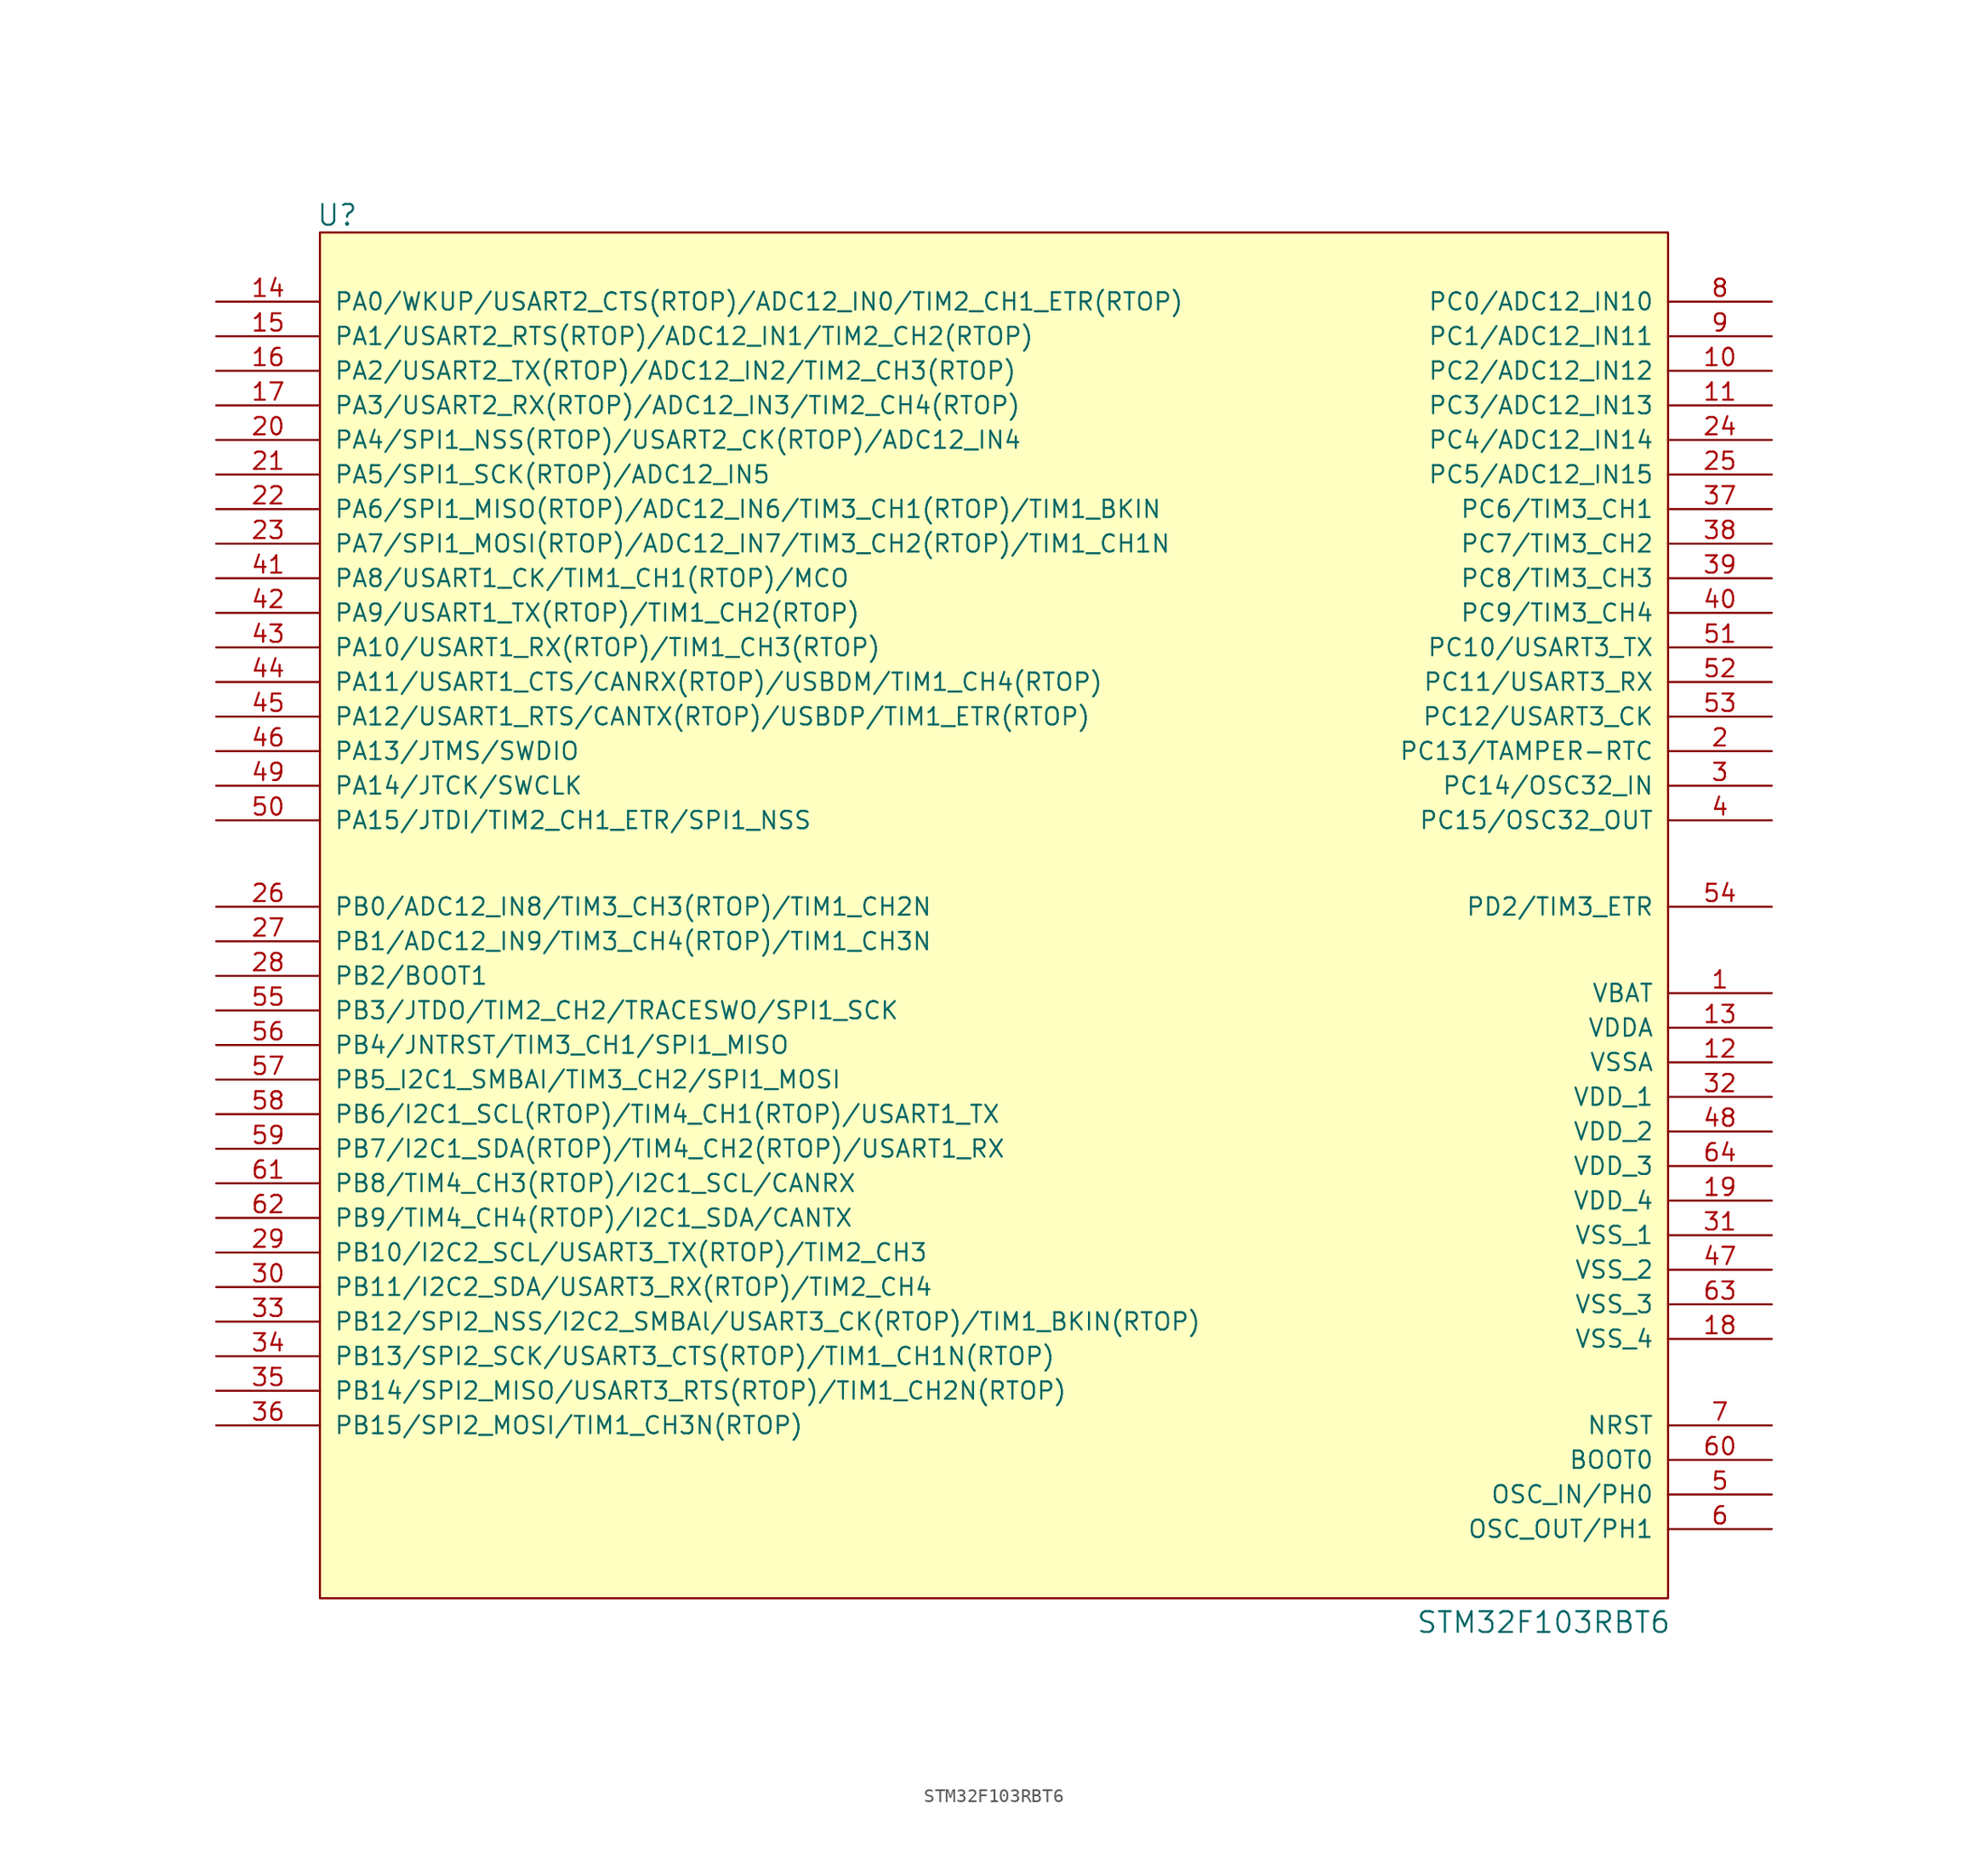
<source format=kicad_sym>
(kicad_symbol_lib
  (version 20211014)
  (generator kicad_symbol_editor)
  (symbol "STM32F103RBT6"
    (pin_names
      (offset 1.016))
    (property "Reference" "U"
      (at -50.8 55.88 0)
      (effects (font (size 1.524 1.524))))
    (property "Value" "STM32F103RBT6"
      (at 37.846 -47.498 0)
      (effects (font (size 1.524 1.524))))
    (property "Footprint" ""
      (at -46.99 35.56 0)
      (effects (font (size 1.524 1.524))))
    (property "Datasheet" ""
      (at -46.99 35.56 0)
      (effects (font (size 1.524 1.524))))
    (symbol "STM32F103RBT6_0_1"
      (rectangle (start -52.07 -45.72) (end 46.99 54.61) (stroke (width 0) (type default) (color 0 0 0 0)) (fill (type background))))
    (symbol "STM32F103RBT6_1_1"
      (pin input line (at 54.61 -1.27 180) (length 7.62) (name "VBAT" (effects (font (size 1.27 1.27)))) (number "1" (effects (font (size 1.27 1.27)))))
      (pin input line (at 54.61 44.45 180) (length 7.62) (name "PC2/ADC12_IN12" (effects (font (size 1.27 1.27)))) (number "10" (effects (font (size 1.27 1.27)))))
      (pin input line (at 54.61 41.91 180) (length 7.62) (name "PC3/ADC12_IN13" (effects (font (size 1.27 1.27)))) (number "11" (effects (font (size 1.27 1.27)))))
      (pin input line (at 54.61 -6.35 180) (length 7.62) (name "VSSA" (effects (font (size 1.27 1.27)))) (number "12" (effects (font (size 1.27 1.27)))))
      (pin input line (at 54.61 -3.81 180) (length 7.62) (name "VDDA" (effects (font (size 1.27 1.27)))) (number "13" (effects (font (size 1.27 1.27)))))
      (pin input line (at -59.69 49.53 0) (length 7.62) (name "PA0/WKUP/USART2_CTS(RTOP)/ADC12_IN0/TIM2_CH1_ETR(RTOP)" (effects (font (size 1.27 1.27)))) (number "14" (effects (font (size 1.27 1.27)))))
      (pin input line (at -59.69 46.99 0) (length 7.62) (name "PA1/USART2_RTS(RTOP)/ADC12_IN1/TIM2_CH2(RTOP)" (effects (font (size 1.27 1.27)))) (number "15" (effects (font (size 1.27 1.27)))))
      (pin input line (at -59.69 44.45 0) (length 7.62) (name "PA2/USART2_TX(RTOP)/ADC12_IN2/TIM2_CH3(RTOP)" (effects (font (size 1.27 1.27)))) (number "16" (effects (font (size 1.27 1.27)))))
      (pin input line (at -59.69 41.91 0) (length 7.62) (name "PA3/USART2_RX(RTOP)/ADC12_IN3/TIM2_CH4(RTOP)" (effects (font (size 1.27 1.27)))) (number "17" (effects (font (size 1.27 1.27)))))
      (pin input line (at 54.61 -26.67 180) (length 7.62) (name "VSS_4" (effects (font (size 1.27 1.27)))) (number "18" (effects (font (size 1.27 1.27)))))
      (pin input line (at 54.61 -16.51 180) (length 7.62) (name "VDD_4" (effects (font (size 1.27 1.27)))) (number "19" (effects (font (size 1.27 1.27)))))
      (pin input line (at 54.61 16.51 180) (length 7.62) (name "PC13/TAMPER-RTC" (effects (font (size 1.27 1.27)))) (number "2" (effects (font (size 1.27 1.27)))))
      (pin input line (at -59.69 39.37 0) (length 7.62) (name "PA4/SPI1_NSS(RTOP)/USART2_CK(RTOP)/ADC12_IN4" (effects (font (size 1.27 1.27)))) (number "20" (effects (font (size 1.27 1.27)))))
      (pin input line (at -59.69 36.83 0) (length 7.62) (name "PA5/SPI1_SCK(RTOP)/ADC12_IN5" (effects (font (size 1.27 1.27)))) (number "21" (effects (font (size 1.27 1.27)))))
      (pin input line (at -59.69 34.29 0) (length 7.62) (name "PA6/SPI1_MISO(RTOP)/ADC12_IN6/TIM3_CH1(RTOP)/TIM1_BKIN" (effects (font (size 1.27 1.27)))) (number "22" (effects (font (size 1.27 1.27)))))
      (pin input line (at -59.69 31.75 0) (length 7.62) (name "PA7/SPI1_MOSI(RTOP)/ADC12_IN7/TIM3_CH2(RTOP)/TIM1_CH1N" (effects (font (size 1.27 1.27)))) (number "23" (effects (font (size 1.27 1.27)))))
      (pin input line (at 54.61 39.37 180) (length 7.62) (name "PC4/ADC12_IN14" (effects (font (size 1.27 1.27)))) (number "24" (effects (font (size 1.27 1.27)))))
      (pin input line (at 54.61 36.83 180) (length 7.62) (name "PC5/ADC12_IN15" (effects (font (size 1.27 1.27)))) (number "25" (effects (font (size 1.27 1.27)))))
      (pin input line (at -59.69 5.08 0) (length 7.62) (name "PB0/ADC12_IN8/TIM3_CH3(RTOP)/TIM1_CH2N" (effects (font (size 1.27 1.27)))) (number "26" (effects (font (size 1.27 1.27)))))
      (pin input line (at -59.69 2.54 0) (length 7.62) (name "PB1/ADC12_IN9/TIM3_CH4(RTOP)/TIM1_CH3N" (effects (font (size 1.27 1.27)))) (number "27" (effects (font (size 1.27 1.27)))))
      (pin input line (at -59.69 0 0) (length 7.62) (name "PB2/BOOT1" (effects (font (size 1.27 1.27)))) (number "28" (effects (font (size 1.27 1.27)))))
      (pin input line (at -59.69 -20.32 0) (length 7.62) (name "PB10/I2C2_SCL/USART3_TX(RTOP)/TIM2_CH3" (effects (font (size 1.27 1.27)))) (number "29" (effects (font (size 1.27 1.27)))))
      (pin input line (at 54.61 13.97 180) (length 7.62) (name "PC14/OSC32_IN" (effects (font (size 1.27 1.27)))) (number "3" (effects (font (size 1.27 1.27)))))
      (pin input line (at -59.69 -22.86 0) (length 7.62) (name "PB11/I2C2_SDA/USART3_RX(RTOP)/TIM2_CH4" (effects (font (size 1.27 1.27)))) (number "30" (effects (font (size 1.27 1.27)))))
      (pin input line (at 54.61 -19.05 180) (length 7.62) (name "VSS_1" (effects (font (size 1.27 1.27)))) (number "31" (effects (font (size 1.27 1.27)))))
      (pin input line (at 54.61 -8.89 180) (length 7.62) (name "VDD_1" (effects (font (size 1.27 1.27)))) (number "32" (effects (font (size 1.27 1.27)))))
      (pin input line (at -59.69 -25.4 0) (length 7.62) (name "PB12/SPI2_NSS/I2C2_SMBAl/USART3_CK(RTOP)/TIM1_BKIN(RTOP)" (effects (font (size 1.27 1.27)))) (number "33" (effects (font (size 1.27 1.27)))))
      (pin input line (at -59.69 -27.94 0) (length 7.62) (name "PB13/SPI2_SCK/USART3_CTS(RTOP)/TIM1_CH1N(RTOP)" (effects (font (size 1.27 1.27)))) (number "34" (effects (font (size 1.27 1.27)))))
      (pin input line (at -59.69 -30.48 0) (length 7.62) (name "PB14/SPI2_MISO/USART3_RTS(RTOP)/TIM1_CH2N(RTOP)" (effects (font (size 1.27 1.27)))) (number "35" (effects (font (size 1.27 1.27)))))
      (pin input line (at -59.69 -33.02 0) (length 7.62) (name "PB15/SPI2_MOSI/TIM1_CH3N(RTOP)" (effects (font (size 1.27 1.27)))) (number "36" (effects (font (size 1.27 1.27)))))
      (pin input line (at 54.61 34.29 180) (length 7.62) (name "PC6/TIM3_CH1" (effects (font (size 1.27 1.27)))) (number "37" (effects (font (size 1.27 1.27)))))
      (pin input line (at 54.61 31.75 180) (length 7.62) (name "PC7/TIM3_CH2" (effects (font (size 1.27 1.27)))) (number "38" (effects (font (size 1.27 1.27)))))
      (pin input line (at 54.61 29.21 180) (length 7.62) (name "PC8/TIM3_CH3" (effects (font (size 1.27 1.27)))) (number "39" (effects (font (size 1.27 1.27)))))
      (pin input line (at 54.61 11.43 180) (length 7.62) (name "PC15/OSC32_OUT" (effects (font (size 1.27 1.27)))) (number "4" (effects (font (size 1.27 1.27)))))
      (pin input line (at 54.61 26.67 180) (length 7.62) (name "PC9/TIM3_CH4" (effects (font (size 1.27 1.27)))) (number "40" (effects (font (size 1.27 1.27)))))
      (pin input line (at -59.69 29.21 0) (length 7.62) (name "PA8/USART1_CK/TIM1_CH1(RTOP)/MCO" (effects (font (size 1.27 1.27)))) (number "41" (effects (font (size 1.27 1.27)))))
      (pin input line (at -59.69 26.67 0) (length 7.62) (name "PA9/USART1_TX(RTOP)/TIM1_CH2(RTOP)" (effects (font (size 1.27 1.27)))) (number "42" (effects (font (size 1.27 1.27)))))
      (pin input line (at -59.69 24.13 0) (length 7.62) (name "PA10/USART1_RX(RTOP)/TIM1_CH3(RTOP)" (effects (font (size 1.27 1.27)))) (number "43" (effects (font (size 1.27 1.27)))))
      (pin input line (at -59.69 21.59 0) (length 7.62) (name "PA11/USART1_CTS/CANRX(RTOP)/USBDM/TIM1_CH4(RTOP)" (effects (font (size 1.27 1.27)))) (number "44" (effects (font (size 1.27 1.27)))))
      (pin input line (at -59.69 19.05 0) (length 7.62) (name "PA12/USART1_RTS/CANTX(RTOP)/USBDP/TIM1_ETR(RTOP)" (effects (font (size 1.27 1.27)))) (number "45" (effects (font (size 1.27 1.27)))))
      (pin input line (at -59.69 16.51 0) (length 7.62) (name "PA13/JTMS/SWDIO" (effects (font (size 1.27 1.27)))) (number "46" (effects (font (size 1.27 1.27)))))
      (pin input line (at 54.61 -21.59 180) (length 7.62) (name "VSS_2" (effects (font (size 1.27 1.27)))) (number "47" (effects (font (size 1.27 1.27)))))
      (pin input line (at 54.61 -11.43 180) (length 7.62) (name "VDD_2" (effects (font (size 1.27 1.27)))) (number "48" (effects (font (size 1.27 1.27)))))
      (pin input line (at -59.69 13.97 0) (length 7.62) (name "PA14/JTCK/SWCLK" (effects (font (size 1.27 1.27)))) (number "49" (effects (font (size 1.27 1.27)))))
      (pin input line (at 54.61 -38.1 180) (length 7.62) (name "OSC_IN/PH0" (effects (font (size 1.27 1.27)))) (number "5" (effects (font (size 1.27 1.27)))))
      (pin input line (at -59.69 11.43 0) (length 7.62) (name "PA15/JTDI/TIM2_CH1_ETR/SPI1_NSS" (effects (font (size 1.27 1.27)))) (number "50" (effects (font (size 1.27 1.27)))))
      (pin input line (at 54.61 24.13 180) (length 7.62) (name "PC10/USART3_TX" (effects (font (size 1.27 1.27)))) (number "51" (effects (font (size 1.27 1.27)))))
      (pin input line (at 54.61 21.59 180) (length 7.62) (name "PC11/USART3_RX" (effects (font (size 1.27 1.27)))) (number "52" (effects (font (size 1.27 1.27)))))
      (pin input line (at 54.61 19.05 180) (length 7.62) (name "PC12/USART3_CK" (effects (font (size 1.27 1.27)))) (number "53" (effects (font (size 1.27 1.27)))))
      (pin input line (at 54.61 5.08 180) (length 7.62) (name "PD2/TIM3_ETR" (effects (font (size 1.27 1.27)))) (number "54" (effects (font (size 1.27 1.27)))))
      (pin input line (at -59.69 -2.54 0) (length 7.62) (name "PB3/JTDO/TIM2_CH2/TRACESWO/SPI1_SCK" (effects (font (size 1.27 1.27)))) (number "55" (effects (font (size 1.27 1.27)))))
      (pin input line (at -59.69 -5.08 0) (length 7.62) (name "PB4/JNTRST/TIM3_CH1/SPI1_MISO" (effects (font (size 1.27 1.27)))) (number "56" (effects (font (size 1.27 1.27)))))
      (pin input line (at -59.69 -7.62 0) (length 7.62) (name "PB5_I2C1_SMBAI/TIM3_CH2/SPI1_MOSI" (effects (font (size 1.27 1.27)))) (number "57" (effects (font (size 1.27 1.27)))))
      (pin input line (at -59.69 -10.16 0) (length 7.62) (name "PB6/I2C1_SCL(RTOP)/TIM4_CH1(RTOP)/USART1_TX" (effects (font (size 1.27 1.27)))) (number "58" (effects (font (size 1.27 1.27)))))
      (pin input line (at -59.69 -12.7 0) (length 7.62) (name "PB7/I2C1_SDA(RTOP)/TIM4_CH2(RTOP)/USART1_RX" (effects (font (size 1.27 1.27)))) (number "59" (effects (font (size 1.27 1.27)))))
      (pin input line (at 54.61 -40.64 180) (length 7.62) (name "OSC_OUT/PH1" (effects (font (size 1.27 1.27)))) (number "6" (effects (font (size 1.27 1.27)))))
      (pin input line (at 54.61 -35.56 180) (length 7.62) (name "BOOT0" (effects (font (size 1.27 1.27)))) (number "60" (effects (font (size 1.27 1.27)))))
      (pin input line (at -59.69 -15.24 0) (length 7.62) (name "PB8/TIM4_CH3(RTOP)/I2C1_SCL/CANRX" (effects (font (size 1.27 1.27)))) (number "61" (effects (font (size 1.27 1.27)))))
      (pin input line (at -59.69 -17.78 0) (length 7.62) (name "PB9/TIM4_CH4(RTOP)/I2C1_SDA/CANTX" (effects (font (size 1.27 1.27)))) (number "62" (effects (font (size 1.27 1.27)))))
      (pin input line (at 54.61 -24.13 180) (length 7.62) (name "VSS_3" (effects (font (size 1.27 1.27)))) (number "63" (effects (font (size 1.27 1.27)))))
      (pin input line (at 54.61 -13.97 180) (length 7.62) (name "VDD_3" (effects (font (size 1.27 1.27)))) (number "64" (effects (font (size 1.27 1.27)))))
      (pin input line (at 54.61 -33.02 180) (length 7.62) (name "NRST" (effects (font (size 1.27 1.27)))) (number "7" (effects (font (size 1.27 1.27)))))
      (pin input line (at 54.61 49.53 180) (length 7.62) (name "PC0/ADC12_IN10" (effects (font (size 1.27 1.27)))) (number "8" (effects (font (size 1.27 1.27)))))
      (pin input line (at 54.61 46.99 180) (length 7.62) (name "PC1/ADC12_IN11" (effects (font (size 1.27 1.27)))) (number "9" (effects (font (size 1.27 1.27))))))))
</source>
